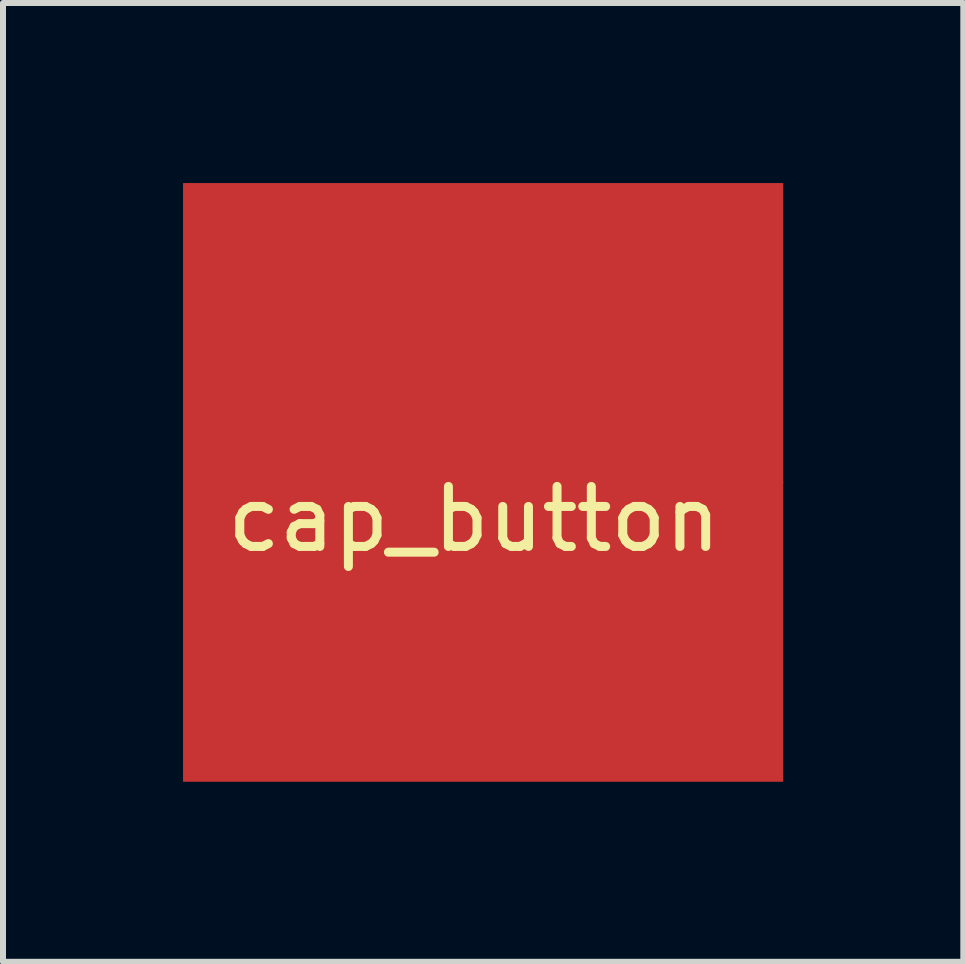
<source format=kicad_pcb>
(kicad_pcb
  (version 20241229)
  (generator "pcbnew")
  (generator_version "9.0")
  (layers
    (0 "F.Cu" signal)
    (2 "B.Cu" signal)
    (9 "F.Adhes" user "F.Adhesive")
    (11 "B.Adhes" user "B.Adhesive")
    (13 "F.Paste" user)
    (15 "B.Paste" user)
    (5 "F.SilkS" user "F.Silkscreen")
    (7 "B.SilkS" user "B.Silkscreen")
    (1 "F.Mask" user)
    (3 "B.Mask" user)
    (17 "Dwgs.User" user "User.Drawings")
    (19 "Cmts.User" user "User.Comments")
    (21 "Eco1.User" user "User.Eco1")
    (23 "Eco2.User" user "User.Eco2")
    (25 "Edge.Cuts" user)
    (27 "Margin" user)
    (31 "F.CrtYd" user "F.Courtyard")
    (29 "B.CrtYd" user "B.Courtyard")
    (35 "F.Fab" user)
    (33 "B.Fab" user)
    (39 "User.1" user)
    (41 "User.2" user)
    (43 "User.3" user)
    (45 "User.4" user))
  (footprint "cap_button"
    (layer "F.Cu")
    (at 4.85 5.1)
    (property "Reference" "cap_button" (at 0 0.5 0) (layer "F.SilkS") (effects (font (size 1 1) (thickness 0.15))))
    (attr through_hole)
    (pad "1" smd rect (at 0.15 -2.6) (size 10 5) (layers "F.Cu" "F.Mask" "F.Paste"))
    (pad "2" smd rect (at 0.15 2.375) (size 10 5) (layers "F.Cu" "F.Mask" "F.Paste")))
  (gr_rect
    (start -3 -3)
    (end 13 12.975)
    (stroke (width 0.1) (type default))
    (fill no)
    (layer "Edge.Cuts")))
</source>
